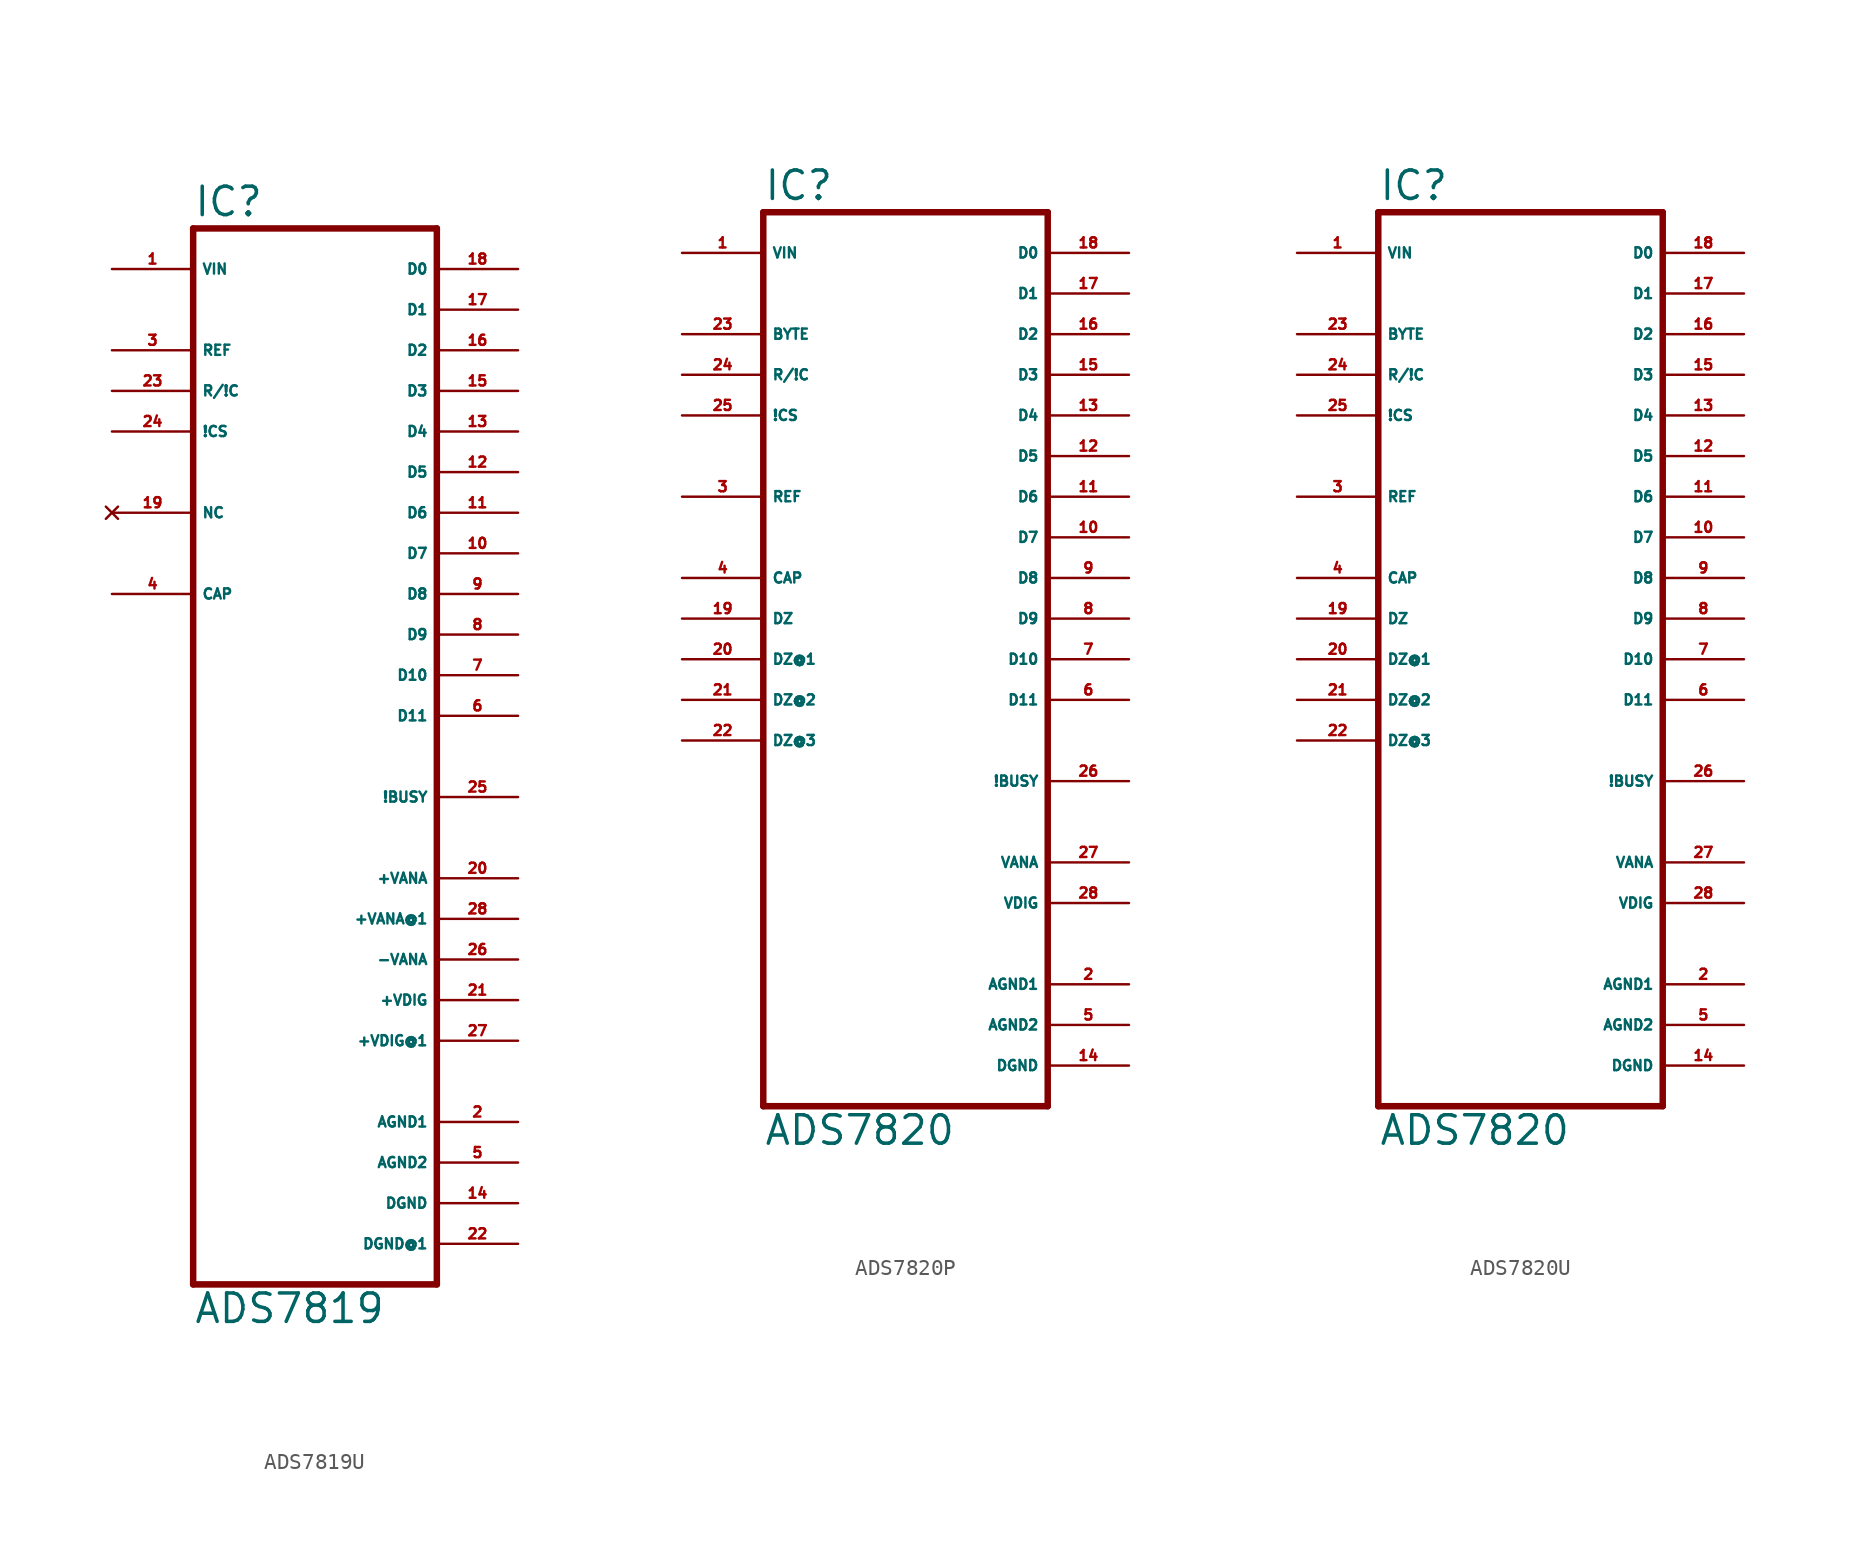
<source format=kicad_sym>
(kicad_symbol_lib
  (version 20220914)
  (generator Eagle2Kicad)
  (symbol "ADS7819U"
    (property "Reference" "IC"
      (at -7.62 33.655 0)
      (effects (font (size 1.778 1.778) (thickness 0.22)) (justify left bottom)))
    (property "Value" "ADS7819"
      (at -7.62 -35.56 0)
      (effects (font (size 1.778 1.778) (thickness 0.22)) (justify left bottom)))
    (polyline
      (pts (xy 7.62 -33.02) (xy -7.62 -33.02))
      (stroke (width 0.406) (type default))
      (fill (type none)))
    (polyline
      (pts (xy -7.62 -33.02) (xy -7.62 33.02))
      (stroke (width 0.406) (type default))
      (fill (type none)))
    (polyline
      (pts (xy -7.62 33.02) (xy 7.62 33.02))
      (stroke (width 0.406) (type default))
      (fill (type none)))
    (polyline
      (pts (xy 7.62 33.02) (xy 7.62 -33.02))
      (stroke (width 0.406) (type default))
      (fill (type none)))
    (pin input line
      (at -12.7 30.48 0)
      (length 5.08)
      (name "VIN" (effects (font (size 0.635 0.635) (thickness 0.08)) (justify left bottom)))
      (number "1" (effects (font (size 0.635 0.635) (thickness 0.08)) (justify left bottom))))
    (pin input line
      (at -12.7 22.86 0)
      (length 5.08)
      (name "R/!C" (effects (font (size 0.635 0.635) (thickness 0.08)) (justify left bottom)))
      (number "23" (effects (font (size 0.635 0.635) (thickness 0.08)) (justify left bottom))))
    (pin input line
      (at -12.7 20.32 0)
      (length 5.08)
      (name "!CS" (effects (font (size 0.635 0.635) (thickness 0.08)) (justify left bottom)))
      (number "24" (effects (font (size 0.635 0.635) (thickness 0.08)) (justify left bottom))))
    (pin output line
      (at 12.7 30.48 180)
      (length 5.08)
      (name "D0" (effects (font (size 0.635 0.635) (thickness 0.08)) (justify left bottom)))
      (number "18" (effects (font (size 0.635 0.635) (thickness 0.08)) (justify left bottom))))
    (pin output line
      (at 12.7 27.94 180)
      (length 5.08)
      (name "D1" (effects (font (size 0.635 0.635) (thickness 0.08)) (justify left bottom)))
      (number "17" (effects (font (size 0.635 0.635) (thickness 0.08)) (justify left bottom))))
    (pin output line
      (at 12.7 25.4 180)
      (length 5.08)
      (name "D2" (effects (font (size 0.635 0.635) (thickness 0.08)) (justify left bottom)))
      (number "16" (effects (font (size 0.635 0.635) (thickness 0.08)) (justify left bottom))))
    (pin output line
      (at 12.7 22.86 180)
      (length 5.08)
      (name "D3" (effects (font (size 0.635 0.635) (thickness 0.08)) (justify left bottom)))
      (number "15" (effects (font (size 0.635 0.635) (thickness 0.08)) (justify left bottom))))
    (pin output line
      (at 12.7 20.32 180)
      (length 5.08)
      (name "D4" (effects (font (size 0.635 0.635) (thickness 0.08)) (justify left bottom)))
      (number "13" (effects (font (size 0.635 0.635) (thickness 0.08)) (justify left bottom))))
    (pin output line
      (at 12.7 17.78 180)
      (length 5.08)
      (name "D5" (effects (font (size 0.635 0.635) (thickness 0.08)) (justify left bottom)))
      (number "12" (effects (font (size 0.635 0.635) (thickness 0.08)) (justify left bottom))))
    (pin output line
      (at 12.7 15.24 180)
      (length 5.08)
      (name "D6" (effects (font (size 0.635 0.635) (thickness 0.08)) (justify left bottom)))
      (number "11" (effects (font (size 0.635 0.635) (thickness 0.08)) (justify left bottom))))
    (pin output line
      (at 12.7 12.7 180)
      (length 5.08)
      (name "D7" (effects (font (size 0.635 0.635) (thickness 0.08)) (justify left bottom)))
      (number "10" (effects (font (size 0.635 0.635) (thickness 0.08)) (justify left bottom))))
    (pin output line
      (at 12.7 10.16 180)
      (length 5.08)
      (name "D8" (effects (font (size 0.635 0.635) (thickness 0.08)) (justify left bottom)))
      (number "9" (effects (font (size 0.635 0.635) (thickness 0.08)) (justify left bottom))))
    (pin output line
      (at 12.7 7.62 180)
      (length 5.08)
      (name "D9" (effects (font (size 0.635 0.635) (thickness 0.08)) (justify left bottom)))
      (number "8" (effects (font (size 0.635 0.635) (thickness 0.08)) (justify left bottom))))
    (pin output line
      (at 12.7 5.08 180)
      (length 5.08)
      (name "D10" (effects (font (size 0.635 0.635) (thickness 0.08)) (justify left bottom)))
      (number "7" (effects (font (size 0.635 0.635) (thickness 0.08)) (justify left bottom))))
    (pin output line
      (at 12.7 2.54 180)
      (length 5.08)
      (name "D11" (effects (font (size 0.635 0.635) (thickness 0.08)) (justify left bottom)))
      (number "6" (effects (font (size 0.635 0.635) (thickness 0.08)) (justify left bottom))))
    (pin output line
      (at 12.7 -2.54 180)
      (length 5.08)
      (name "!BUSY" (effects (font (size 0.635 0.635) (thickness 0.08)) (justify left bottom)))
      (number "25" (effects (font (size 0.635 0.635) (thickness 0.08)) (justify left bottom))))
    (pin passive line
      (at -12.7 10.16 0)
      (length 5.08)
      (name "CAP" (effects (font (size 0.635 0.635) (thickness 0.08)) (justify left bottom)))
      (number "4" (effects (font (size 0.635 0.635) (thickness 0.08)) (justify left bottom))))
    (pin unspecified line
      (at 12.7 -7.62 180)
      (length 5.08)
      (name "+VANA" (effects (font (size 0.635 0.635) (thickness 0.08)) (justify left bottom)))
      (number "20" (effects (font (size 0.635 0.635) (thickness 0.08)) (justify left bottom))))
    (pin unspecified line
      (at 12.7 -10.16 180)
      (length 5.08)
      (name "+VANA@1" (effects (font (size 0.635 0.635) (thickness 0.08)) (justify left bottom)))
      (number "28" (effects (font (size 0.635 0.635) (thickness 0.08)) (justify left bottom))))
    (pin unspecified line
      (at 12.7 -12.7 180)
      (length 5.08)
      (name "-VANA" (effects (font (size 0.635 0.635) (thickness 0.08)) (justify left bottom)))
      (number "26" (effects (font (size 0.635 0.635) (thickness 0.08)) (justify left bottom))))
    (pin no_connect line
      (at -12.7 15.24 0)
      (length 5.08)
      (name "NC" (effects (font (size 0.635 0.635) (thickness 0.08)) (justify left bottom) hide))
      (number "19" (effects (font (size 0.635 0.635) (thickness 0.08)) (justify left bottom) hide)))
    (pin unspecified line
      (at 12.7 -17.78 180)
      (length 5.08)
      (name "+VDIG@1" (effects (font (size 0.635 0.635) (thickness 0.08)) (justify left bottom)))
      (number "27" (effects (font (size 0.635 0.635) (thickness 0.08)) (justify left bottom))))
    (pin unspecified line
      (at 12.7 -15.24 180)
      (length 5.08)
      (name "+VDIG" (effects (font (size 0.635 0.635) (thickness 0.08)) (justify left bottom)))
      (number "21" (effects (font (size 0.635 0.635) (thickness 0.08)) (justify left bottom))))
    (pin unspecified line
      (at 12.7 -22.86 180)
      (length 5.08)
      (name "AGND1" (effects (font (size 0.635 0.635) (thickness 0.08)) (justify left bottom)))
      (number "2" (effects (font (size 0.635 0.635) (thickness 0.08)) (justify left bottom))))
    (pin unspecified line
      (at 12.7 -25.4 180)
      (length 5.08)
      (name "AGND2" (effects (font (size 0.635 0.635) (thickness 0.08)) (justify left bottom)))
      (number "5" (effects (font (size 0.635 0.635) (thickness 0.08)) (justify left bottom))))
    (pin unspecified line
      (at 12.7 -27.94 180)
      (length 5.08)
      (name "DGND" (effects (font (size 0.635 0.635) (thickness 0.08)) (justify left bottom)))
      (number "14" (effects (font (size 0.635 0.635) (thickness 0.08)) (justify left bottom))))
    (pin bidirectional line
      (at -12.7 25.4 0)
      (length 5.08)
      (name "REF" (effects (font (size 0.635 0.635) (thickness 0.08)) (justify left bottom)))
      (number "3" (effects (font (size 0.635 0.635) (thickness 0.08)) (justify left bottom))))
    (pin unspecified line
      (at 12.7 -30.48 180)
      (length 5.08)
      (name "DGND@1" (effects (font (size 0.635 0.635) (thickness 0.08)) (justify left bottom)))
      (number "22" (effects (font (size 0.635 0.635) (thickness 0.08)) (justify left bottom)))))
  (symbol "ADS7820P"
    (property "Reference" "IC"
      (at -7.62 28.575 0)
      (effects (font (size 1.778 1.778) (thickness 0.22)) (justify left bottom)))
    (property "Value" "ADS7820"
      (at -7.62 -30.48 0)
      (effects (font (size 1.778 1.778) (thickness 0.22)) (justify left bottom)))
    (polyline
      (pts (xy 10.16 -27.94) (xy -7.62 -27.94))
      (stroke (width 0.406) (type default))
      (fill (type none)))
    (polyline
      (pts (xy -7.62 -27.94) (xy -7.62 27.94))
      (stroke (width 0.406) (type default))
      (fill (type none)))
    (polyline
      (pts (xy -7.62 27.94) (xy 10.16 27.94))
      (stroke (width 0.406) (type default))
      (fill (type none)))
    (polyline
      (pts (xy 10.16 27.94) (xy 10.16 -27.94))
      (stroke (width 0.406) (type default))
      (fill (type none)))
    (pin input line
      (at -12.7 25.4 0)
      (length 5.08)
      (name "VIN" (effects (font (size 0.635 0.635) (thickness 0.08)) (justify left bottom)))
      (number "1" (effects (font (size 0.635 0.635) (thickness 0.08)) (justify left bottom))))
    (pin input line
      (at -12.7 20.32 0)
      (length 5.08)
      (name "BYTE" (effects (font (size 0.635 0.635) (thickness 0.08)) (justify left bottom)))
      (number "23" (effects (font (size 0.635 0.635) (thickness 0.08)) (justify left bottom))))
    (pin input line
      (at -12.7 17.78 0)
      (length 5.08)
      (name "R/!C" (effects (font (size 0.635 0.635) (thickness 0.08)) (justify left bottom)))
      (number "24" (effects (font (size 0.635 0.635) (thickness 0.08)) (justify left bottom))))
    (pin input line
      (at -12.7 15.24 0)
      (length 5.08)
      (name "!CS" (effects (font (size 0.635 0.635) (thickness 0.08)) (justify left bottom)))
      (number "25" (effects (font (size 0.635 0.635) (thickness 0.08)) (justify left bottom))))
    (pin output line
      (at 15.24 25.4 180)
      (length 5.08)
      (name "D0" (effects (font (size 0.635 0.635) (thickness 0.08)) (justify left bottom)))
      (number "18" (effects (font (size 0.635 0.635) (thickness 0.08)) (justify left bottom))))
    (pin output line
      (at 15.24 22.86 180)
      (length 5.08)
      (name "D1" (effects (font (size 0.635 0.635) (thickness 0.08)) (justify left bottom)))
      (number "17" (effects (font (size 0.635 0.635) (thickness 0.08)) (justify left bottom))))
    (pin output line
      (at 15.24 20.32 180)
      (length 5.08)
      (name "D2" (effects (font (size 0.635 0.635) (thickness 0.08)) (justify left bottom)))
      (number "16" (effects (font (size 0.635 0.635) (thickness 0.08)) (justify left bottom))))
    (pin output line
      (at 15.24 17.78 180)
      (length 5.08)
      (name "D3" (effects (font (size 0.635 0.635) (thickness 0.08)) (justify left bottom)))
      (number "15" (effects (font (size 0.635 0.635) (thickness 0.08)) (justify left bottom))))
    (pin output line
      (at 15.24 15.24 180)
      (length 5.08)
      (name "D4" (effects (font (size 0.635 0.635) (thickness 0.08)) (justify left bottom)))
      (number "13" (effects (font (size 0.635 0.635) (thickness 0.08)) (justify left bottom))))
    (pin output line
      (at 15.24 12.7 180)
      (length 5.08)
      (name "D5" (effects (font (size 0.635 0.635) (thickness 0.08)) (justify left bottom)))
      (number "12" (effects (font (size 0.635 0.635) (thickness 0.08)) (justify left bottom))))
    (pin output line
      (at 15.24 10.16 180)
      (length 5.08)
      (name "D6" (effects (font (size 0.635 0.635) (thickness 0.08)) (justify left bottom)))
      (number "11" (effects (font (size 0.635 0.635) (thickness 0.08)) (justify left bottom))))
    (pin output line
      (at 15.24 7.62 180)
      (length 5.08)
      (name "D7" (effects (font (size 0.635 0.635) (thickness 0.08)) (justify left bottom)))
      (number "10" (effects (font (size 0.635 0.635) (thickness 0.08)) (justify left bottom))))
    (pin output line
      (at 15.24 5.08 180)
      (length 5.08)
      (name "D8" (effects (font (size 0.635 0.635) (thickness 0.08)) (justify left bottom)))
      (number "9" (effects (font (size 0.635 0.635) (thickness 0.08)) (justify left bottom))))
    (pin output line
      (at 15.24 2.54 180)
      (length 5.08)
      (name "D9" (effects (font (size 0.635 0.635) (thickness 0.08)) (justify left bottom)))
      (number "8" (effects (font (size 0.635 0.635) (thickness 0.08)) (justify left bottom))))
    (pin output line
      (at 15.24 0 180)
      (length 5.08)
      (name "D10" (effects (font (size 0.635 0.635) (thickness 0.08)) (justify left bottom)))
      (number "7" (effects (font (size 0.635 0.635) (thickness 0.08)) (justify left bottom))))
    (pin output line
      (at 15.24 -2.54 180)
      (length 5.08)
      (name "D11" (effects (font (size 0.635 0.635) (thickness 0.08)) (justify left bottom)))
      (number "6" (effects (font (size 0.635 0.635) (thickness 0.08)) (justify left bottom))))
    (pin passive line
      (at -12.7 -5.08 0)
      (length 5.08)
      (name "DZ@3" (effects (font (size 0.635 0.635) (thickness 0.08)) (justify left bottom)))
      (number "22" (effects (font (size 0.635 0.635) (thickness 0.08)) (justify left bottom))))
    (pin passive line
      (at -12.7 -2.54 0)
      (length 5.08)
      (name "DZ@2" (effects (font (size 0.635 0.635) (thickness 0.08)) (justify left bottom)))
      (number "21" (effects (font (size 0.635 0.635) (thickness 0.08)) (justify left bottom))))
    (pin passive line
      (at -12.7 0 0)
      (length 5.08)
      (name "DZ@1" (effects (font (size 0.635 0.635) (thickness 0.08)) (justify left bottom)))
      (number "20" (effects (font (size 0.635 0.635) (thickness 0.08)) (justify left bottom))))
    (pin passive line
      (at -12.7 2.54 0)
      (length 5.08)
      (name "DZ" (effects (font (size 0.635 0.635) (thickness 0.08)) (justify left bottom)))
      (number "19" (effects (font (size 0.635 0.635) (thickness 0.08)) (justify left bottom))))
    (pin output line
      (at 15.24 -7.62 180)
      (length 5.08)
      (name "!BUSY" (effects (font (size 0.635 0.635) (thickness 0.08)) (justify left bottom)))
      (number "26" (effects (font (size 0.635 0.635) (thickness 0.08)) (justify left bottom))))
    (pin bidirectional line
      (at -12.7 10.16 0)
      (length 5.08)
      (name "REF" (effects (font (size 0.635 0.635) (thickness 0.08)) (justify left bottom)))
      (number "3" (effects (font (size 0.635 0.635) (thickness 0.08)) (justify left bottom))))
    (pin passive line
      (at -12.7 5.08 0)
      (length 5.08)
      (name "CAP" (effects (font (size 0.635 0.635) (thickness 0.08)) (justify left bottom)))
      (number "4" (effects (font (size 0.635 0.635) (thickness 0.08)) (justify left bottom))))
    (pin unspecified line
      (at 15.24 -12.7 180)
      (length 5.08)
      (name "VANA" (effects (font (size 0.635 0.635) (thickness 0.08)) (justify left bottom)))
      (number "27" (effects (font (size 0.635 0.635) (thickness 0.08)) (justify left bottom))))
    (pin unspecified line
      (at 15.24 -15.24 180)
      (length 5.08)
      (name "VDIG" (effects (font (size 0.635 0.635) (thickness 0.08)) (justify left bottom)))
      (number "28" (effects (font (size 0.635 0.635) (thickness 0.08)) (justify left bottom))))
    (pin unspecified line
      (at 15.24 -20.32 180)
      (length 5.08)
      (name "AGND1" (effects (font (size 0.635 0.635) (thickness 0.08)) (justify left bottom)))
      (number "2" (effects (font (size 0.635 0.635) (thickness 0.08)) (justify left bottom))))
    (pin unspecified line
      (at 15.24 -22.86 180)
      (length 5.08)
      (name "AGND2" (effects (font (size 0.635 0.635) (thickness 0.08)) (justify left bottom)))
      (number "5" (effects (font (size 0.635 0.635) (thickness 0.08)) (justify left bottom))))
    (pin unspecified line
      (at 15.24 -25.4 180)
      (length 5.08)
      (name "DGND" (effects (font (size 0.635 0.635) (thickness 0.08)) (justify left bottom)))
      (number "14" (effects (font (size 0.635 0.635) (thickness 0.08)) (justify left bottom)))))
  (symbol "ADS7820U"
    (property "Reference" "IC"
      (at -7.62 28.575 0)
      (effects (font (size 1.778 1.778) (thickness 0.22)) (justify left bottom)))
    (property "Value" "ADS7820"
      (at -7.62 -30.48 0)
      (effects (font (size 1.778 1.778) (thickness 0.22)) (justify left bottom)))
    (polyline
      (pts (xy 10.16 -27.94) (xy -7.62 -27.94))
      (stroke (width 0.406) (type default))
      (fill (type none)))
    (polyline
      (pts (xy -7.62 -27.94) (xy -7.62 27.94))
      (stroke (width 0.406) (type default))
      (fill (type none)))
    (polyline
      (pts (xy -7.62 27.94) (xy 10.16 27.94))
      (stroke (width 0.406) (type default))
      (fill (type none)))
    (polyline
      (pts (xy 10.16 27.94) (xy 10.16 -27.94))
      (stroke (width 0.406) (type default))
      (fill (type none)))
    (pin input line
      (at -12.7 25.4 0)
      (length 5.08)
      (name "VIN" (effects (font (size 0.635 0.635) (thickness 0.08)) (justify left bottom)))
      (number "1" (effects (font (size 0.635 0.635) (thickness 0.08)) (justify left bottom))))
    (pin input line
      (at -12.7 20.32 0)
      (length 5.08)
      (name "BYTE" (effects (font (size 0.635 0.635) (thickness 0.08)) (justify left bottom)))
      (number "23" (effects (font (size 0.635 0.635) (thickness 0.08)) (justify left bottom))))
    (pin input line
      (at -12.7 17.78 0)
      (length 5.08)
      (name "R/!C" (effects (font (size 0.635 0.635) (thickness 0.08)) (justify left bottom)))
      (number "24" (effects (font (size 0.635 0.635) (thickness 0.08)) (justify left bottom))))
    (pin input line
      (at -12.7 15.24 0)
      (length 5.08)
      (name "!CS" (effects (font (size 0.635 0.635) (thickness 0.08)) (justify left bottom)))
      (number "25" (effects (font (size 0.635 0.635) (thickness 0.08)) (justify left bottom))))
    (pin output line
      (at 15.24 25.4 180)
      (length 5.08)
      (name "D0" (effects (font (size 0.635 0.635) (thickness 0.08)) (justify left bottom)))
      (number "18" (effects (font (size 0.635 0.635) (thickness 0.08)) (justify left bottom))))
    (pin output line
      (at 15.24 22.86 180)
      (length 5.08)
      (name "D1" (effects (font (size 0.635 0.635) (thickness 0.08)) (justify left bottom)))
      (number "17" (effects (font (size 0.635 0.635) (thickness 0.08)) (justify left bottom))))
    (pin output line
      (at 15.24 20.32 180)
      (length 5.08)
      (name "D2" (effects (font (size 0.635 0.635) (thickness 0.08)) (justify left bottom)))
      (number "16" (effects (font (size 0.635 0.635) (thickness 0.08)) (justify left bottom))))
    (pin output line
      (at 15.24 17.78 180)
      (length 5.08)
      (name "D3" (effects (font (size 0.635 0.635) (thickness 0.08)) (justify left bottom)))
      (number "15" (effects (font (size 0.635 0.635) (thickness 0.08)) (justify left bottom))))
    (pin output line
      (at 15.24 15.24 180)
      (length 5.08)
      (name "D4" (effects (font (size 0.635 0.635) (thickness 0.08)) (justify left bottom)))
      (number "13" (effects (font (size 0.635 0.635) (thickness 0.08)) (justify left bottom))))
    (pin output line
      (at 15.24 12.7 180)
      (length 5.08)
      (name "D5" (effects (font (size 0.635 0.635) (thickness 0.08)) (justify left bottom)))
      (number "12" (effects (font (size 0.635 0.635) (thickness 0.08)) (justify left bottom))))
    (pin output line
      (at 15.24 10.16 180)
      (length 5.08)
      (name "D6" (effects (font (size 0.635 0.635) (thickness 0.08)) (justify left bottom)))
      (number "11" (effects (font (size 0.635 0.635) (thickness 0.08)) (justify left bottom))))
    (pin output line
      (at 15.24 7.62 180)
      (length 5.08)
      (name "D7" (effects (font (size 0.635 0.635) (thickness 0.08)) (justify left bottom)))
      (number "10" (effects (font (size 0.635 0.635) (thickness 0.08)) (justify left bottom))))
    (pin output line
      (at 15.24 5.08 180)
      (length 5.08)
      (name "D8" (effects (font (size 0.635 0.635) (thickness 0.08)) (justify left bottom)))
      (number "9" (effects (font (size 0.635 0.635) (thickness 0.08)) (justify left bottom))))
    (pin output line
      (at 15.24 2.54 180)
      (length 5.08)
      (name "D9" (effects (font (size 0.635 0.635) (thickness 0.08)) (justify left bottom)))
      (number "8" (effects (font (size 0.635 0.635) (thickness 0.08)) (justify left bottom))))
    (pin output line
      (at 15.24 0 180)
      (length 5.08)
      (name "D10" (effects (font (size 0.635 0.635) (thickness 0.08)) (justify left bottom)))
      (number "7" (effects (font (size 0.635 0.635) (thickness 0.08)) (justify left bottom))))
    (pin output line
      (at 15.24 -2.54 180)
      (length 5.08)
      (name "D11" (effects (font (size 0.635 0.635) (thickness 0.08)) (justify left bottom)))
      (number "6" (effects (font (size 0.635 0.635) (thickness 0.08)) (justify left bottom))))
    (pin passive line
      (at -12.7 -5.08 0)
      (length 5.08)
      (name "DZ@3" (effects (font (size 0.635 0.635) (thickness 0.08)) (justify left bottom)))
      (number "22" (effects (font (size 0.635 0.635) (thickness 0.08)) (justify left bottom))))
    (pin passive line
      (at -12.7 -2.54 0)
      (length 5.08)
      (name "DZ@2" (effects (font (size 0.635 0.635) (thickness 0.08)) (justify left bottom)))
      (number "21" (effects (font (size 0.635 0.635) (thickness 0.08)) (justify left bottom))))
    (pin passive line
      (at -12.7 0 0)
      (length 5.08)
      (name "DZ@1" (effects (font (size 0.635 0.635) (thickness 0.08)) (justify left bottom)))
      (number "20" (effects (font (size 0.635 0.635) (thickness 0.08)) (justify left bottom))))
    (pin passive line
      (at -12.7 2.54 0)
      (length 5.08)
      (name "DZ" (effects (font (size 0.635 0.635) (thickness 0.08)) (justify left bottom)))
      (number "19" (effects (font (size 0.635 0.635) (thickness 0.08)) (justify left bottom))))
    (pin output line
      (at 15.24 -7.62 180)
      (length 5.08)
      (name "!BUSY" (effects (font (size 0.635 0.635) (thickness 0.08)) (justify left bottom)))
      (number "26" (effects (font (size 0.635 0.635) (thickness 0.08)) (justify left bottom))))
    (pin bidirectional line
      (at -12.7 10.16 0)
      (length 5.08)
      (name "REF" (effects (font (size 0.635 0.635) (thickness 0.08)) (justify left bottom)))
      (number "3" (effects (font (size 0.635 0.635) (thickness 0.08)) (justify left bottom))))
    (pin passive line
      (at -12.7 5.08 0)
      (length 5.08)
      (name "CAP" (effects (font (size 0.635 0.635) (thickness 0.08)) (justify left bottom)))
      (number "4" (effects (font (size 0.635 0.635) (thickness 0.08)) (justify left bottom))))
    (pin unspecified line
      (at 15.24 -12.7 180)
      (length 5.08)
      (name "VANA" (effects (font (size 0.635 0.635) (thickness 0.08)) (justify left bottom)))
      (number "27" (effects (font (size 0.635 0.635) (thickness 0.08)) (justify left bottom))))
    (pin unspecified line
      (at 15.24 -15.24 180)
      (length 5.08)
      (name "VDIG" (effects (font (size 0.635 0.635) (thickness 0.08)) (justify left bottom)))
      (number "28" (effects (font (size 0.635 0.635) (thickness 0.08)) (justify left bottom))))
    (pin unspecified line
      (at 15.24 -20.32 180)
      (length 5.08)
      (name "AGND1" (effects (font (size 0.635 0.635) (thickness 0.08)) (justify left bottom)))
      (number "2" (effects (font (size 0.635 0.635) (thickness 0.08)) (justify left bottom))))
    (pin unspecified line
      (at 15.24 -22.86 180)
      (length 5.08)
      (name "AGND2" (effects (font (size 0.635 0.635) (thickness 0.08)) (justify left bottom)))
      (number "5" (effects (font (size 0.635 0.635) (thickness 0.08)) (justify left bottom))))
    (pin unspecified line
      (at 15.24 -25.4 180)
      (length 5.08)
      (name "DGND" (effects (font (size 0.635 0.635) (thickness 0.08)) (justify left bottom)))
      (number "14" (effects (font (size 0.635 0.635) (thickness 0.08)) (justify left bottom))))))
</source>
